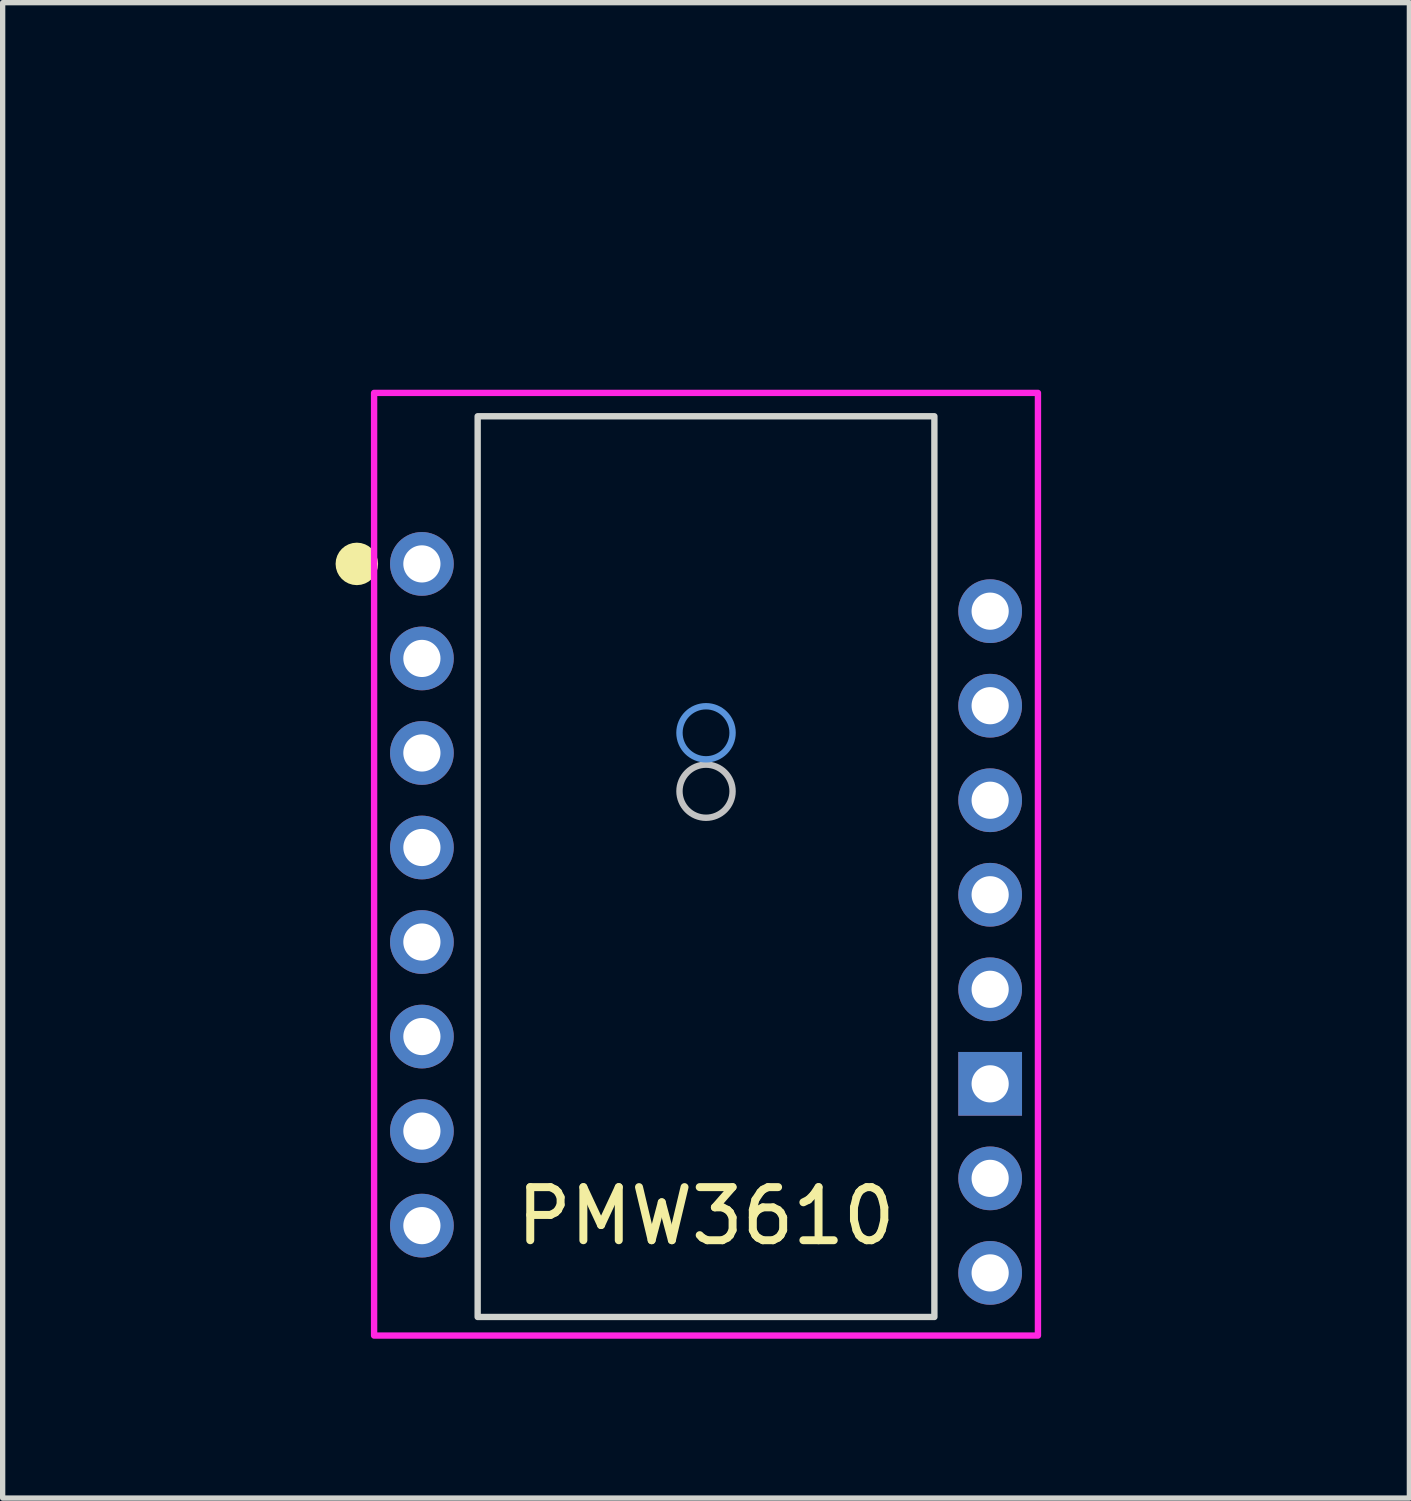
<source format=kicad_pcb>
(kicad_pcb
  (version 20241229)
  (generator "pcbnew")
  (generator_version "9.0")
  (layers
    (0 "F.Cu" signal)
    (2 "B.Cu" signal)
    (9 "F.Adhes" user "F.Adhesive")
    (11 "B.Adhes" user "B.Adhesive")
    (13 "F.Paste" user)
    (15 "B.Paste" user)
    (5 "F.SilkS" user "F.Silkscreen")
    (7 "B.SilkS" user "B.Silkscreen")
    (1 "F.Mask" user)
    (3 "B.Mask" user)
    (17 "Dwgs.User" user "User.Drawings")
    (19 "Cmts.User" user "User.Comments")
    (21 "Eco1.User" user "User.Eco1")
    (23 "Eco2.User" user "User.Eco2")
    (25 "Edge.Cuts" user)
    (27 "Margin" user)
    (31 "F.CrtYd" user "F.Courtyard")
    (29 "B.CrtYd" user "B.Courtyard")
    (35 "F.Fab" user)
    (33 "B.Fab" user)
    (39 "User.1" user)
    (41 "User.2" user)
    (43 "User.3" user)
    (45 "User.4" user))
  (footprint "PMW3610"
    (layer "F.Cu")
    (at 10.244 11.848)
    (property "Reference" "PMW3610" (at 0 8 0) (unlocked yes) (layer "F.SilkS") (effects (font (size 1 1) (thickness 0.15))))
    (attr through_hole)
    (fp_circle (center -6.575 -4.28) (end -6.375 -4.28) (stroke (width 0.4) (type solid)) (fill no) (layer "F.SilkS"))
    (fp_circle (center 0 0) (end 0.5 0) (stroke (width 0.12) (type solid)) (fill no) (layer "Dwgs.User"))
    (fp_circle (center 0 -1.1) (end 0.5 -1.1) (stroke (width 0.12) (type solid)) (fill no) (layer "Cmts.User"))
    (fp_rect (start 4.3 9.9) (end -4.3 -7.06) (stroke (width 0.12) (type solid)) (fill no) (layer "Edge.Cuts"))
    (fp_rect (start -4.13 -6.43) (end 4.13 6.57) (stroke (width 0.05) (type solid)) (fill no) (layer "Margin"))
    (fp_rect (start 6.25 10.25) (end -6.25 -7.5) (stroke (width 0.12) (type solid)) (fill no) (layer "F.CrtYd"))
    (fp_text user "Optical Center (in reality)" (at 0 -8.6 0) (unlocked yes) (layer "User.1") (effects (font (size 1 1) (thickness 0.15))))
    (fp_text user "Optical Center (datasheet)" (at 0 -11 0) (unlocked yes) (layer "User.2") (effects (font (size 1 1) (thickness 0.15))))
    (pad "1" thru_hole circle (at -5.35 -4.28) (size 1.2 1.2) (drill 0.7) (layers "*.Cu" "*.Mask"))
    (pad "2" thru_hole circle (at -5.35 -2.5) (size 1.2 1.2) (drill 0.7) (layers "*.Cu" "*.Mask"))
    (pad "3" thru_hole circle (at -5.35 -0.72) (size 1.2 1.2) (drill 0.7) (layers "*.Cu" "*.Mask"))
    (pad "4" thru_hole circle (at -5.35 1.06) (size 1.2 1.2) (drill 0.7) (layers "*.Cu" "*.Mask"))
    (pad "5" thru_hole circle (at -5.35 2.84) (size 1.2 1.2) (drill 0.7) (layers "*.Cu" "*.Mask"))
    (pad "6" thru_hole circle (at -5.35 4.62) (size 1.2 1.2) (drill 0.7) (layers "*.Cu" "*.Mask"))
    (pad "7" thru_hole circle (at -5.35 6.4) (size 1.2 1.2) (drill 0.7) (layers "*.Cu" "*.Mask"))
    (pad "8" thru_hole circle (at -5.35 8.18) (size 1.2 1.2) (drill 0.7) (layers "*.Cu" "*.Mask"))
    (pad "9" thru_hole circle (at 5.35 9.07) (size 1.2 1.2) (drill 0.7) (layers "*.Cu" "*.Mask"))
    (pad "10" thru_hole circle (at 5.35 7.29) (size 1.2 1.2) (drill 0.7) (layers "*.Cu" "*.Mask"))
    (pad "11" thru_hole rect (at 5.35 5.51) (size 1.2 1.2) (drill 0.7) (layers "*.Cu" "*.Mask"))
    (pad "12" thru_hole circle (at 5.35 3.73) (size 1.2 1.2) (drill 0.7) (layers "*.Cu" "*.Mask"))
    (pad "13" thru_hole circle (at 5.35 1.95) (size 1.2 1.2) (drill 0.7) (layers "*.Cu" "*.Mask"))
    (pad "14" thru_hole circle (at 5.35 0.17) (size 1.2 1.2) (drill 0.7) (layers "*.Cu" "*.Mask"))
    (pad "15" thru_hole circle (at 5.35 -1.61) (size 1.2 1.2) (drill 0.7) (layers "*.Cu" "*.Mask"))
    (pad "16" thru_hole circle (at 5.35 -3.39) (size 1.2 1.2) (drill 0.7) (layers "*.Cu" "*.Mask")))
  (gr_rect
    (start -3 -3)
    (end 23.488 25.158)
    (stroke (width 0.1) (type default))
    (fill no)
    (layer "Edge.Cuts")))
</source>
